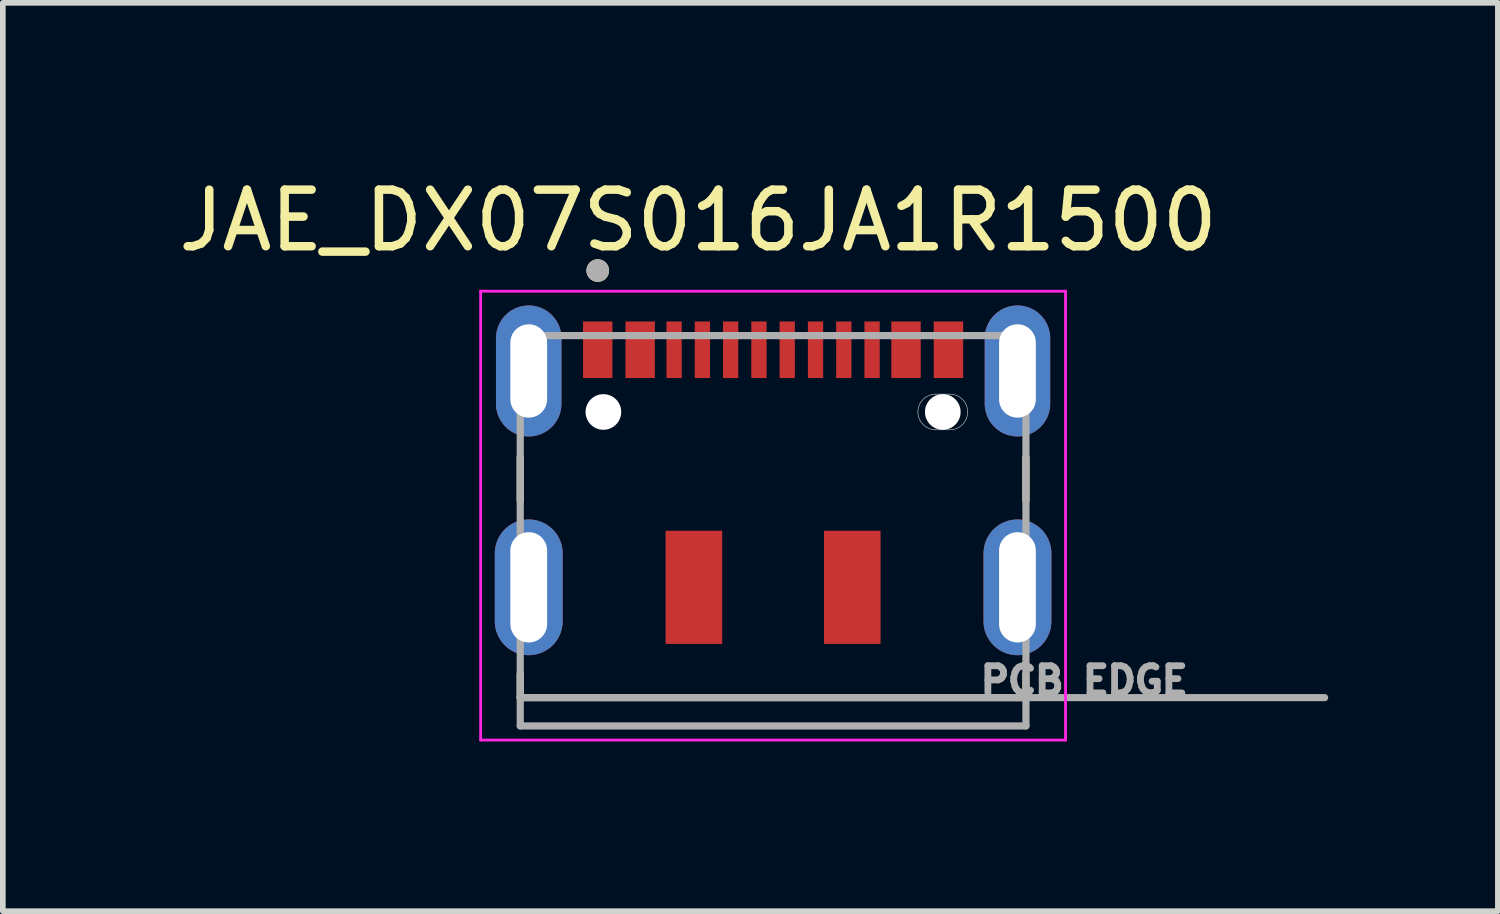
<source format=kicad_pcb>
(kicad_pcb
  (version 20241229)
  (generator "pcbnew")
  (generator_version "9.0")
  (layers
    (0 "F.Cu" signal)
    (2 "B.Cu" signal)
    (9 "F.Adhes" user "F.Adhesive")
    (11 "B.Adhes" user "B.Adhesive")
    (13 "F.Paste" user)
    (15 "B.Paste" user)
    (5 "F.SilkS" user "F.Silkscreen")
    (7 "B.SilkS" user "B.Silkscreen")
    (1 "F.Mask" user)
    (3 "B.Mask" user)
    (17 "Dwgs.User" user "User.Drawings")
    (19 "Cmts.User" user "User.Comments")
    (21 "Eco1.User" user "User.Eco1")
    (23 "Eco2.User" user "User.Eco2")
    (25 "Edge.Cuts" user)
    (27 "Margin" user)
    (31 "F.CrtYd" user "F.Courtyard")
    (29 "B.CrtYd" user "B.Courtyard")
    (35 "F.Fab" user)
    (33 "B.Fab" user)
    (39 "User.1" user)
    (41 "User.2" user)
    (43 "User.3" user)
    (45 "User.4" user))
  (footprint "JAE_DX07S016JA1R1500"
    (layer "F.Cu")
    (at 10.617 4.233)
    (property "Reference" "JAE_DX07S016JA1R1500" (at -1.325 -3.385 0) (layer "F.SilkS") (effects (font (size 1 1) (thickness 0.15))))
    (attr through_hole)
    (fp_line (start -4.47 0.805) (end -4.47 1.57) (stroke (width 0.127) (type solid)) (layer "F.SilkS"))
    (fp_line (start -4.47 5.05) (end -4.47 4.63) (stroke (width 0.127) (type solid)) (layer "F.SilkS"))
    (fp_line (start 4.47 0.805) (end 4.47 1.57) (stroke (width 0.127) (type solid)) (layer "F.SilkS"))
    (fp_line (start 4.47 4.63) (end 4.47 5.05) (stroke (width 0.127) (type solid)) (layer "F.SilkS"))
    (fp_line (start 4.47 5.05) (end -4.47 5.05) (stroke (width 0.127) (type solid)) (layer "F.SilkS"))
    (fp_circle (center -3.1 -2.5) (end -3 -2.5) (stroke (width 0.2) (type solid)) (fill no) (layer "F.SilkS"))
    (fp_line (start 2.875 -0.315) (end 3.125 -0.315) (stroke (width 0.01) (type solid)) (layer "Edge.Cuts"))
    (fp_line (start 3.125 0.315) (end 2.875 0.315) (stroke (width 0.01) (type solid)) (layer "Edge.Cuts"))
    (fp_arc (start 2.56 0) (mid 2.652261 -0.222739) (end 2.875 -0.315) (stroke (width 0.01) (type solid)) (layer "Edge.Cuts"))
    (fp_arc (start 2.875 0.315) (mid 2.652261 0.222739) (end 2.56 0) (stroke (width 0.01) (type solid)) (layer "Edge.Cuts"))
    (fp_arc (start 3.125 -0.315) (mid 3.347739 -0.222739) (end 3.44 0) (stroke (width 0.01) (type solid)) (layer "Edge.Cuts"))
    (fp_arc (start 3.44 0) (mid 3.347739 0.222739) (end 3.125 0.315) (stroke (width 0.01) (type solid)) (layer "Edge.Cuts"))
    (fp_line (start -5.17 -2.135) (end 5.17 -2.135) (stroke (width 0.05) (type solid)) (layer "F.CrtYd"))
    (fp_line (start -5.17 5.8) (end -5.17 -2.135) (stroke (width 0.05) (type solid)) (layer "F.CrtYd"))
    (fp_line (start 5.17 -2.135) (end 5.17 5.8) (stroke (width 0.05) (type solid)) (layer "F.CrtYd"))
    (fp_line (start 5.17 5.8) (end -5.17 5.8) (stroke (width 0.05) (type solid)) (layer "F.CrtYd"))
    (fp_line (start -4.47 -1.35) (end 4.47 -1.35) (stroke (width 0.127) (type solid)) (layer "F.Fab"))
    (fp_line (start -4.47 5.05) (end -4.47 -1.35) (stroke (width 0.127) (type solid)) (layer "F.Fab"))
    (fp_line (start -4.47 5.55) (end -4.47 5.05) (stroke (width 0.127) (type solid)) (layer "F.Fab"))
    (fp_line (start 4.47 -1.35) (end 4.47 5.05) (stroke (width 0.127) (type solid)) (layer "F.Fab"))
    (fp_line (start 4.47 5.05) (end -4.47 5.05) (stroke (width 0.127) (type solid)) (layer "F.Fab"))
    (fp_line (start 4.47 5.05) (end 4.47 5.55) (stroke (width 0.127) (type solid)) (layer "F.Fab"))
    (fp_line (start 4.47 5.05) (end 9.75 5.05) (stroke (width 0.127) (type solid)) (layer "F.Fab"))
    (fp_line (start 4.47 5.55) (end -4.47 5.55) (stroke (width 0.127) (type solid)) (layer "F.Fab"))
    (fp_circle (center -3.1 -2.5) (end -3 -2.5) (stroke (width 0.2) (type solid)) (fill no) (layer "F.Fab"))
    (fp_text user "PCB EDGE" (at 5.5 4.75 0) (layer "F.Fab") (effects (font (size 0.48 0.48) (thickness 0.15))))
    (pad "" np_thru_hole circle (at -3 0) (size 0.63 0.63) (drill 0.63) (layers "*.Cu" "*.Mask"))
    (pad "" np_thru_hole circle (at 3 0) (size 0.6 0.6) (drill 0.6) (layers "*.Cu" "*.Mask"))
    (pad "" np_thru_hole circle (at 3 0) (size 0.63 0.63) (drill 0.63) (layers "*.Cu" "*.Mask"))
    (pad "1" smd rect (at -3.1 -1.1) (size 0.52 1) (layers "F.Cu" "F.Mask" "F.Paste"))
    (pad "2" smd rect (at -2.35 -1.1) (size 0.52 1) (layers "F.Cu" "F.Mask" "F.Paste"))
    (pad "3" smd rect (at -1.75 -1.1) (size 0.27 1) (layers "F.Cu" "F.Mask" "F.Paste"))
    (pad "4" smd rect (at -1.25 -1.1) (size 0.27 1) (layers "F.Cu" "F.Mask" "F.Paste"))
    (pad "5" smd rect (at -0.75 -1.1) (size 0.27 1) (layers "F.Cu" "F.Mask" "F.Paste"))
    (pad "6" smd rect (at -0.25 -1.1) (size 0.27 1) (layers "F.Cu" "F.Mask" "F.Paste"))
    (pad "7" smd rect (at 0.25 -1.1) (size 0.27 1) (layers "F.Cu" "F.Mask" "F.Paste"))
    (pad "8" smd rect (at 0.75 -1.1) (size 0.27 1) (layers "F.Cu" "F.Mask" "F.Paste"))
    (pad "9" smd rect (at 1.25 -1.1) (size 0.27 1) (layers "F.Cu" "F.Mask" "F.Paste"))
    (pad "10" smd rect (at 1.75 -1.1) (size 0.27 1) (layers "F.Cu" "F.Mask" "F.Paste"))
    (pad "11" smd rect (at 2.35 -1.1) (size 0.52 1) (layers "F.Cu" "F.Mask" "F.Paste"))
    (pad "12" smd rect (at 3.1 -1.1) (size 0.52 1) (layers "F.Cu" "F.Mask" "F.Paste"))
    (pad "S1" smd rect (at -1.4 3.1) (size 1 2) (layers "F.Cu" "F.Mask" "F.Paste"))
    (pad "S2" smd rect (at 1.4 3.1) (size 1 2) (layers "F.Cu" "F.Mask" "F.Paste"))
    (pad "S3" thru_hole oval (at -4.32 -0.725) (size 1.158 2.316) (drill oval 0.65 1.65) (layers "*.Cu" "*.Mask"))
    (pad "S4" thru_hole oval (at 4.32 -0.725) (size 1.158 2.316) (drill oval 0.65 1.65) (layers "*.Cu" "*.Mask"))
    (pad "S5" thru_hole oval (at -4.32 3.1) (size 1.2 2.4) (drill oval 0.65 1.95) (layers "*.Cu" "*.Mask"))
    (pad "S6" thru_hole oval (at 4.32 3.1) (size 1.2 2.4) (drill oval 0.65 1.95) (layers "*.Cu" "*.Mask")))
  (gr_rect
    (start -3 -3)
    (end 23.43 13.058)
    (stroke (width 0.1) (type default))
    (fill no)
    (layer "Edge.Cuts")))
</source>
